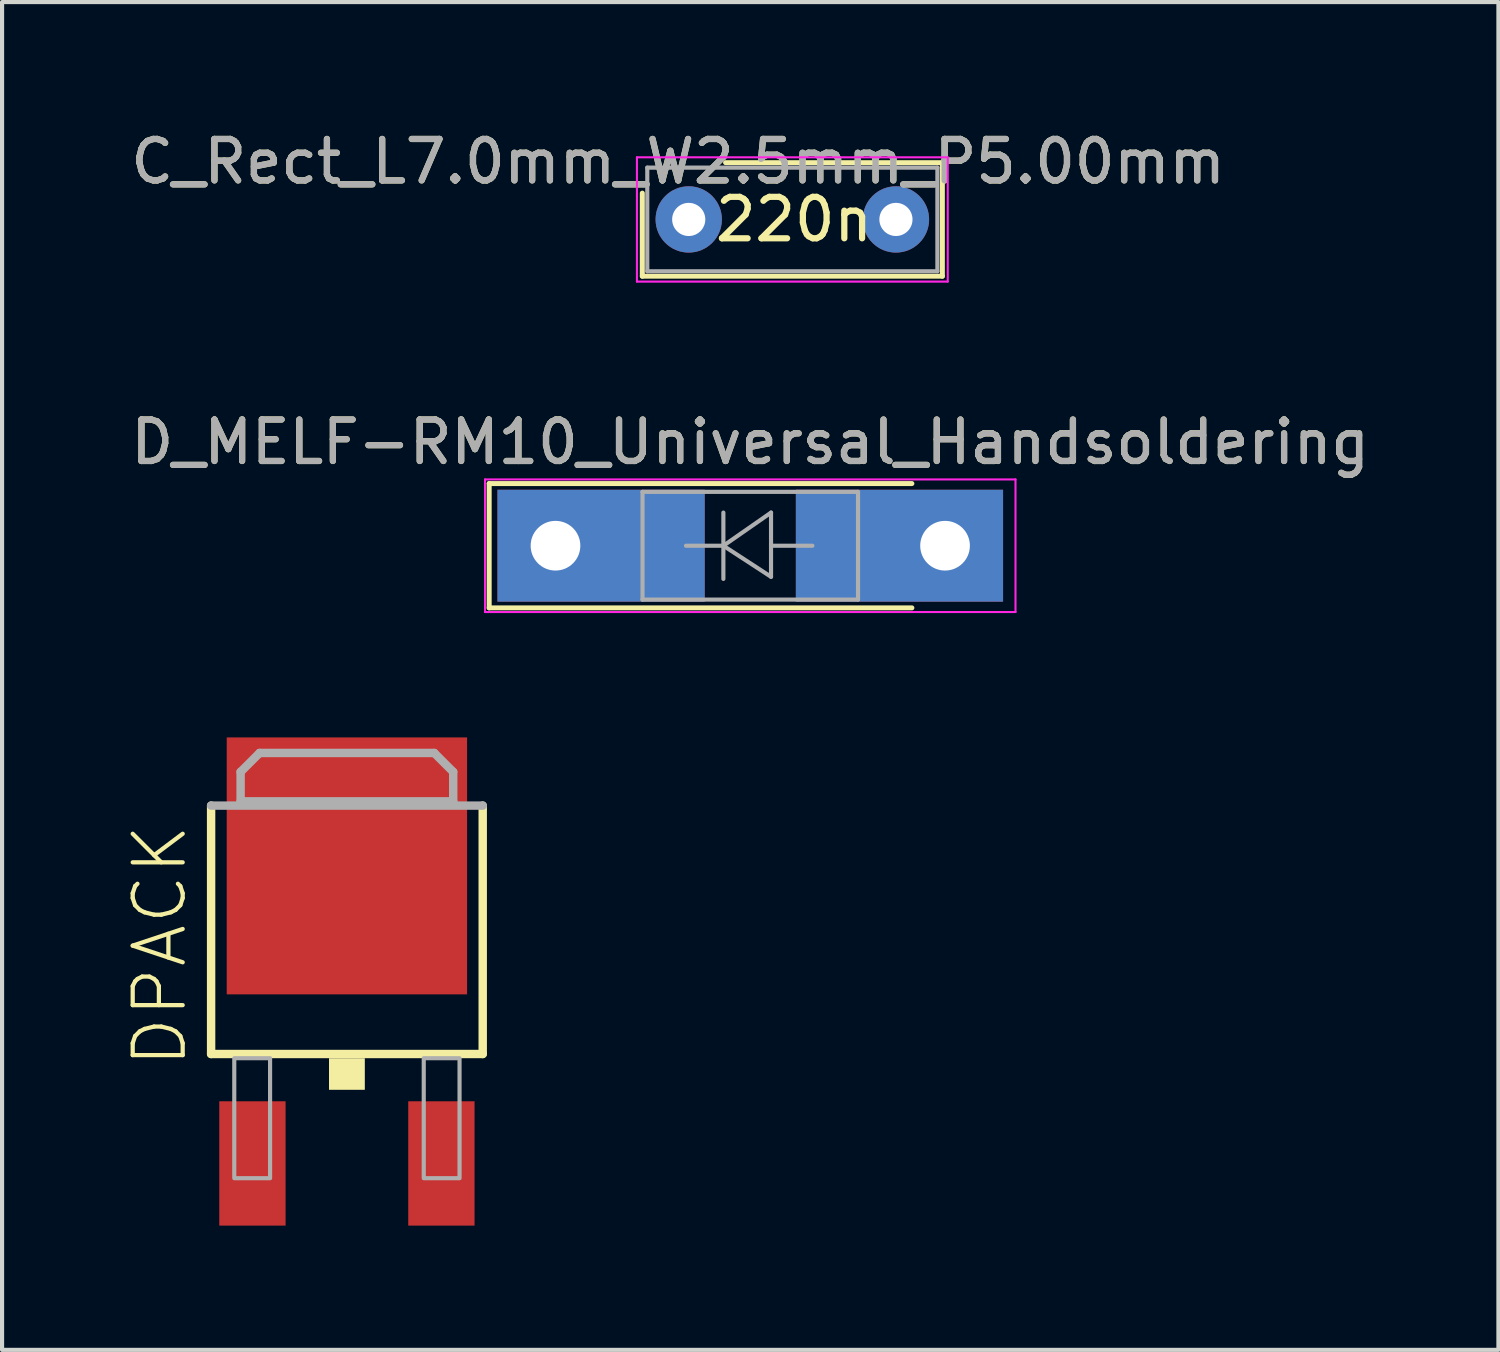
<source format=kicad_pcb>
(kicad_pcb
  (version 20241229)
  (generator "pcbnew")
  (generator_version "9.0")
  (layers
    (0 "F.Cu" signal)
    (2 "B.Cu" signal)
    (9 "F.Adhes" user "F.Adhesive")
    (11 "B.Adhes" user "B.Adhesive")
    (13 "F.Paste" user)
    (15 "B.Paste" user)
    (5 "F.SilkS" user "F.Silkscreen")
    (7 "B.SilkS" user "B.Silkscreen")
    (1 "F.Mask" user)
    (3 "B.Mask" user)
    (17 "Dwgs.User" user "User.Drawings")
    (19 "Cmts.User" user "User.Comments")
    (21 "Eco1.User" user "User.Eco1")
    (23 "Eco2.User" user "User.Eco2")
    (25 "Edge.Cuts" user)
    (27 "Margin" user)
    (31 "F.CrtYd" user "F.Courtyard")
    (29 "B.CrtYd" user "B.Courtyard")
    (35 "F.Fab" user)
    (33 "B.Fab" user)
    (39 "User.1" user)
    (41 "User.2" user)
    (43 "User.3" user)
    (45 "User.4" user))
  (footprint "DPACK"
    (layer "F.Cu")
    (at 5.321 20.224)
    (property "Reference" "DPACK" (at -3.81 2.54 90) (layer "F.SilkS") (effects (font (size 1.206 1.206) (thickness 0.102)) (justify left bottom)))
    (attr through_hole)
    (fp_line (start -3.277 2.159) (end -3.277 -3.835) (stroke (width 0.203) (type solid)) (layer "F.SilkS"))
    (fp_line (start 3.277 -3.835) (end 3.277 2.159) (stroke (width 0.203) (type solid)) (layer "F.SilkS"))
    (fp_line (start 3.277 2.159) (end -3.277 2.159) (stroke (width 0.203) (type solid)) (layer "F.SilkS"))
    (fp_poly (pts (xy -0.432 3.023) (xy 0.432 3.023) (xy 0.432 2.261) (xy -0.432 2.261)) (stroke (width 0) (type solid)) (fill yes) (layer "F.SilkS"))
    (fp_line (start -3.277 -3.835) (end 3.277 -3.835) (stroke (width 0.203) (type solid)) (layer "F.Fab"))
    (fp_line (start -2.565 -4.648) (end -2.108 -5.105) (stroke (width 0.203) (type solid)) (layer "F.Fab"))
    (fp_line (start -2.565 -3.937) (end -2.565 -4.648) (stroke (width 0.203) (type solid)) (layer "F.Fab"))
    (fp_line (start -2.108 -5.105) (end 2.108 -5.105) (stroke (width 0.203) (type solid)) (layer "F.Fab"))
    (fp_line (start 2.108 -5.105) (end 2.565 -4.648) (stroke (width 0.203) (type solid)) (layer "F.Fab"))
    (fp_line (start 2.565 -4.648) (end 2.565 -3.937) (stroke (width 0.203) (type solid)) (layer "F.Fab"))
    (fp_line (start 2.565 -3.937) (end -2.565 -3.937) (stroke (width 0.203) (type solid)) (layer "F.Fab"))
    (fp_poly (pts (xy -2.718 5.156) (xy -1.854 5.156) (xy -1.854 2.261) (xy -2.718 2.261)) (stroke (width 0.1) (type solid)) (fill no) (layer "F.Fab"))
    (fp_poly (pts (xy 1.854 5.156) (xy 2.718 5.156) (xy 2.718 2.261) (xy 1.854 2.261)) (stroke (width 0.1) (type solid)) (fill no) (layer "F.Fab"))
    (fp_poly (pts (xy -2.565 -3.937) (xy -2.565 -4.648) (xy -2.108 -5.105) (xy 2.108 -5.105) (xy 2.565 -4.648) (xy 2.565 -3.937)) (stroke (width 0.1) (type solid)) (fill no) (layer "F.Fab"))
    (pad "1" smd rect (at -2.28 4.8) (size 1.6 3) (layers "F.Cu" "F.Mask" "F.Paste"))
    (pad "3" smd rect (at 2.28 4.8) (size 1.6 3) (layers "F.Cu" "F.Mask" "F.Paste"))
    (pad "4" smd rect (at 0 -2.38) (size 5.8 6.2) (layers "F.Cu" "F.Mask" "F.Paste")))
  (footprint "C_Rect_L7.0mm_W2.5mm_P5.00mm"
    (layer "F.Cu")
    (at 13.569 2.245)
    (property "Reference" "C_Rect_L7.0mm_W2.5mm_P5.00mm" (at -0.254 -1.397 0) (layer "F.SilkS") (effects (font (size 1 1) (thickness 0.15))))
    (property "Value" "220n" (at 2.54 0 0) (layer "F.Fab") (hide yes) (effects (font (size 1 1) (thickness 0.15))))
    (attr through_hole)
    (fp_line (start -1.12 -0.635) (end -1.12 1.37) (stroke (width 0.12) (type solid)) (layer "F.SilkS"))
    (fp_line (start -1.12 1.37) (end 6.12 1.37) (stroke (width 0.12) (type solid)) (layer "F.SilkS"))
    (fp_line (start 0.889 -1.37) (end 6.12 -1.37) (stroke (width 0.12) (type solid)) (layer "F.SilkS"))
    (fp_line (start 6.12 -1.37) (end 6.12 1.37) (stroke (width 0.12) (type solid)) (layer "F.SilkS"))
    (fp_line (start -1.25 -1.5) (end -1.25 1.5) (stroke (width 0.05) (type solid)) (layer "F.CrtYd"))
    (fp_line (start -1.25 1.5) (end 6.25 1.5) (stroke (width 0.05) (type solid)) (layer "F.CrtYd"))
    (fp_line (start 6.25 -1.5) (end -1.25 -1.5) (stroke (width 0.05) (type solid)) (layer "F.CrtYd"))
    (fp_line (start 6.25 1.5) (end 6.25 -1.5) (stroke (width 0.05) (type solid)) (layer "F.CrtYd"))
    (fp_line (start -1 -1.25) (end -1 1.25) (stroke (width 0.1) (type solid)) (layer "F.Fab"))
    (fp_line (start -1 1.25) (end 6 1.25) (stroke (width 0.1) (type solid)) (layer "F.Fab"))
    (fp_line (start 6 -1.25) (end -1 -1.25) (stroke (width 0.1) (type solid)) (layer "F.Fab"))
    (fp_line (start 6 1.25) (end 6 -1.25) (stroke (width 0.1) (type solid)) (layer "F.Fab"))
    (fp_text user "${VALUE}" (at 2.54 0 0) (unlocked yes) (layer "F.SilkS") (effects (font (size 1 1) (thickness 0.15))))
    (fp_text user "${REFERENCE}" (at -0.254 -1.397 0) (layer "F.Fab") (effects (font (size 1 1) (thickness 0.15))))
    (pad "1" thru_hole circle (at 0 0) (size 1.6 1.6) (drill 0.8) (layers "*.Cu" "*.Mask"))
    (pad "2" thru_hole circle (at 5 0) (size 1.6 1.6) (drill 0.8) (layers "*.Cu" "*.Mask")))
  (footprint "D_MELF-RM10_Universal_Handsoldering"
    (layer "F.Cu")
    (at 15.054 10.118)
    (property "Reference" "D_MELF-RM10_Universal_Handsoldering" (at 0 -2.5 0) (layer "F.SilkS") (effects (font (size 1 1) (thickness 0.15))))
    (attr through_hole)
    (fp_line (start -6.3 -1.5) (end -6.3 1.5) (stroke (width 0.12) (type solid)) (layer "F.SilkS"))
    (fp_line (start -6.3 1.5) (end 3.9 1.5) (stroke (width 0.12) (type solid)) (layer "F.SilkS"))
    (fp_line (start 3.9 -1.5) (end -6.3 -1.5) (stroke (width 0.12) (type solid)) (layer "F.SilkS"))
    (fp_line (start -6.4 -1.6) (end 6.4 -1.6) (stroke (width 0.05) (type solid)) (layer "F.CrtYd"))
    (fp_line (start -6.4 1.6) (end -6.4 -1.6) (stroke (width 0.05) (type solid)) (layer "F.CrtYd"))
    (fp_line (start 6.4 -1.6) (end 6.4 1.6) (stroke (width 0.05) (type solid)) (layer "F.CrtYd"))
    (fp_line (start 6.4 1.6) (end -6.4 1.6) (stroke (width 0.05) (type solid)) (layer "F.CrtYd"))
    (fp_line (start -2.6 -1.3) (end -2.6 1.3) (stroke (width 0.1) (type solid)) (layer "F.Fab"))
    (fp_line (start -2.6 1.3) (end 2.6 1.3) (stroke (width 0.1) (type solid)) (layer "F.Fab"))
    (fp_line (start -0.649 -0.799) (end -0.649 0.801) (stroke (width 0.1) (type solid)) (layer "F.Fab"))
    (fp_line (start -0.649 0.001) (end -1.551 0.001) (stroke (width 0.1) (type solid)) (layer "F.Fab"))
    (fp_line (start -0.649 0.001) (end 0.501 -0.799) (stroke (width 0.1) (type solid)) (layer "F.Fab"))
    (fp_line (start -0.649 0.001) (end 0.501 0.75) (stroke (width 0.1) (type solid)) (layer "F.Fab"))
    (fp_line (start 0.501 0.001) (end 1.499 0.001) (stroke (width 0.1) (type solid)) (layer "F.Fab"))
    (fp_line (start 0.501 0.75) (end 0.501 -0.799) (stroke (width 0.1) (type solid)) (layer "F.Fab"))
    (fp_line (start 2.6 -1.3) (end -2.6 -1.3) (stroke (width 0.1) (type solid)) (layer "F.Fab"))
    (fp_line (start 2.6 1.3) (end 2.6 -1.3) (stroke (width 0.1) (type solid)) (layer "F.Fab"))
    (fp_text user "${REFERENCE}" (at 0 -2.5 0) (layer "F.Fab") (effects (font (size 1 1) (thickness 0.15))))
    (pad "1" thru_hole rect (at -4.7 0) (size 5 2.7) (drill 1.199 (offset 1.1 0)) (layers "*.Cu" "*.Mask"))
    (pad "2" thru_hole rect (at 4.7 0 180) (size 5 2.7) (drill 1.199 (offset 1.1 0)) (layers "*.Cu" "*.Mask")))
  (gr_rect
    (start -3 -3)
    (end 33.107 29.523)
    (stroke (width 0.1) (type default))
    (fill no)
    (layer "Edge.Cuts")))
</source>
